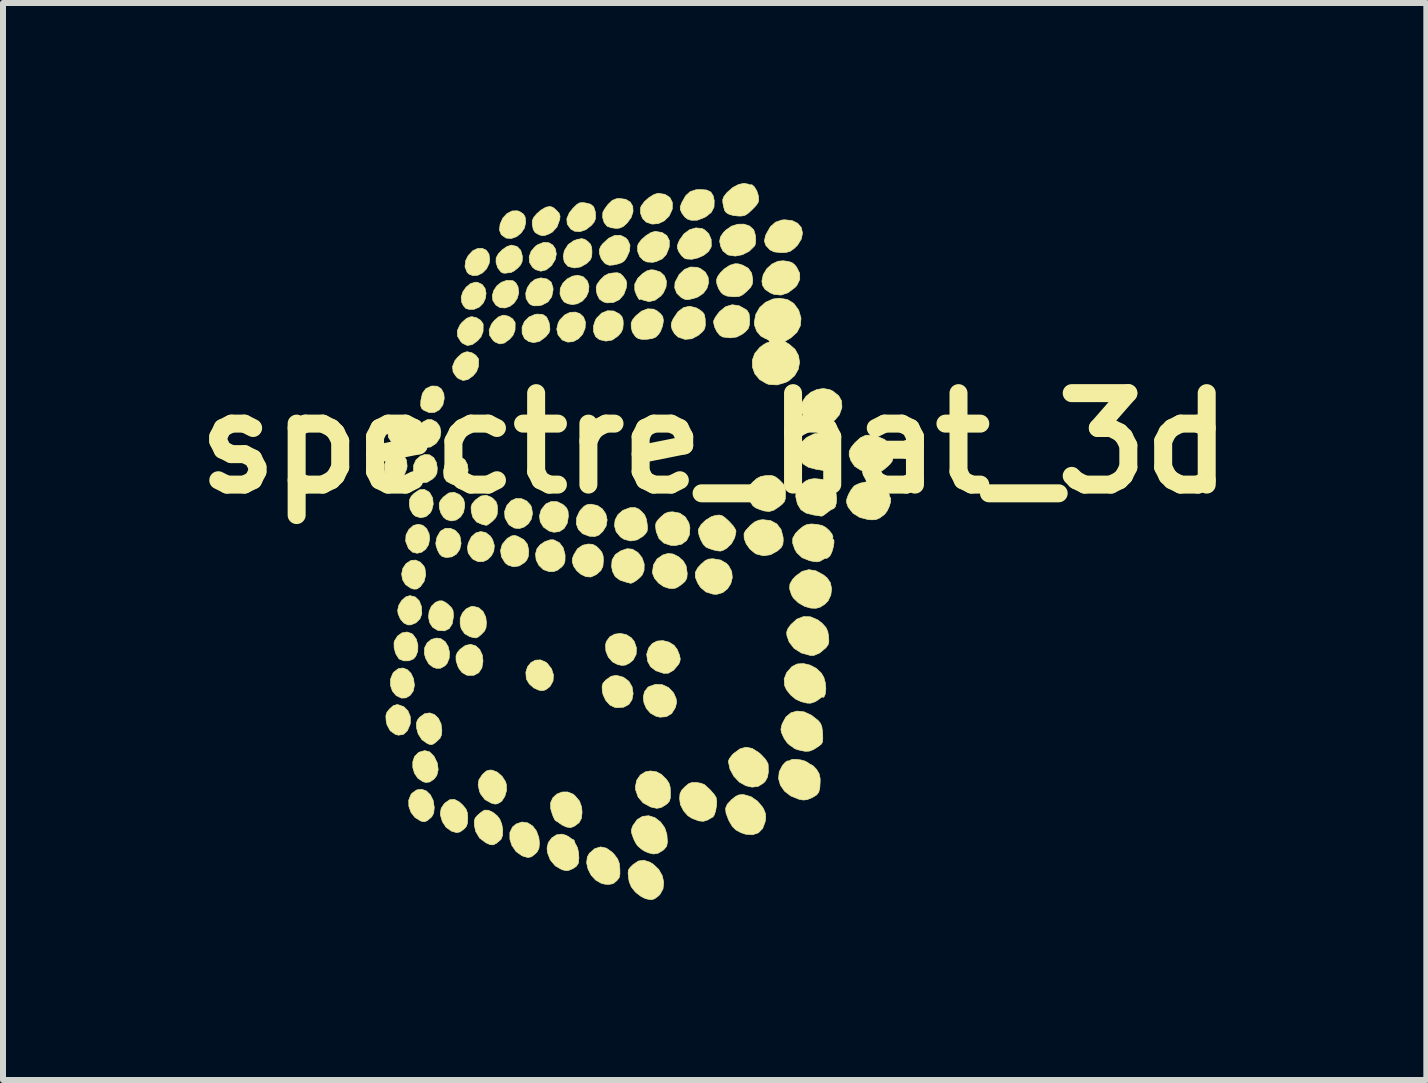
<source format=kicad_pcb>
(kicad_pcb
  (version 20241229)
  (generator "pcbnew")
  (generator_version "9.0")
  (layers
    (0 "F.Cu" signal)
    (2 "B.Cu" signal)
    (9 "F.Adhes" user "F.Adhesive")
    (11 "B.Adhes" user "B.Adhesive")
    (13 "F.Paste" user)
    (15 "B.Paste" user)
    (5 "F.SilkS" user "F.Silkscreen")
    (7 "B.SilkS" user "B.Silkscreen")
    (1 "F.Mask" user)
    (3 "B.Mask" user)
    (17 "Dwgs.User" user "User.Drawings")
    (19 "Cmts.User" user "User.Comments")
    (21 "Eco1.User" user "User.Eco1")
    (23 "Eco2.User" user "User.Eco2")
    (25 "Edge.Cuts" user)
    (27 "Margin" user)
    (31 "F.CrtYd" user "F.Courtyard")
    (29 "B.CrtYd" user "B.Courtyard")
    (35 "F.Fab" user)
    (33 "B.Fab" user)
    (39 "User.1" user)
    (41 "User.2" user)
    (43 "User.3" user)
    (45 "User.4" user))
  (footprint "spectre_hat_3d"
    (layer "F.Cu")
    (at 8.861 4.337)
    (property "Reference" "spectre_hat_3d" (at 0 0 0) (layer "F.SilkS") (effects (font (size 1.524 1.524) (thickness 0.3))))
    (attr through_hole)
    (fp_poly (pts (xy -5.247 0.167) (xy -5.178 0.21) (xy -5.135 0.285) (xy -5.126 0.384) (xy -5.132 0.426) (xy -5.171 0.522) (xy -5.234 0.586) (xy -5.31 0.613) (xy -5.388 0.6) (xy -5.458 0.544) (xy -5.459 0.543) (xy -5.501 0.454) (xy -5.504 0.358) (xy -5.471 0.268) (xy -5.409 0.198) (xy -5.336 0.165) (xy -5.247 0.167)) (stroke (width 0.01) (type solid)) (fill yes) (layer "F.SilkS"))
    (fp_poly (pts (xy -5.124 3.773) (xy -5.062 3.834) (xy -5.019 3.924) (xy -5.004 4.035) (xy -5.023 4.128) (xy -5.074 4.201) (xy -5.146 4.244) (xy -5.22 4.248) (xy -5.308 4.206) (xy -5.371 4.131) (xy -5.403 4.037) (xy -5.403 3.935) (xy -5.365 3.839) (xy -5.347 3.815) (xy -5.275 3.759) (xy -5.198 3.746) (xy -5.124 3.773)) (stroke (width 0.01) (type solid)) (fill yes) (layer "F.SilkS"))
    (fp_poly (pts (xy -4.865 1.368) (xy -4.801 1.423) (xy -4.76 1.508) (xy -4.75 1.59) (xy -4.768 1.69) (xy -4.816 1.766) (xy -4.883 1.816) (xy -4.959 1.834) (xy -5.034 1.816) (xy -5.099 1.757) (xy -5.106 1.746) (xy -5.15 1.635) (xy -5.144 1.528) (xy -5.096 1.437) (xy -5.022 1.371) (xy -4.941 1.35) (xy -4.865 1.368)) (stroke (width 0.01) (type solid)) (fill yes) (layer "F.SilkS"))
    (fp_poly (pts (xy -4.751 0.194) (xy -4.682 0.242) (xy -4.637 0.323) (xy -4.623 0.416) (xy -4.629 0.496) (xy -4.656 0.55) (xy -4.701 0.595) (xy -4.793 0.651) (xy -4.876 0.658) (xy -4.947 0.619) (xy -4.979 0.578) (xy -5.02 0.471) (xy -5.018 0.368) (xy -4.978 0.279) (xy -4.904 0.214) (xy -4.833 0.188) (xy -4.751 0.194)) (stroke (width 0.01) (type solid)) (fill yes) (layer "F.SilkS"))
    (fp_poly (pts (xy -4.716 -0.393) (xy -4.633 -0.349) (xy -4.581 -0.277) (xy -4.563 -0.187) (xy -4.579 -0.093) (xy -4.634 -0.008) (xy -4.648 0.006) (xy -4.735 0.063) (xy -4.818 0.07) (xy -4.897 0.03) (xy -4.949 -0.037) (xy -4.966 -0.12) (xy -4.954 -0.209) (xy -4.916 -0.292) (xy -4.859 -0.357) (xy -4.787 -0.394) (xy -4.716 -0.393)) (stroke (width 0.01) (type solid)) (fill yes) (layer "F.SilkS"))
    (fp_poly (pts (xy -3.806 -3.216) (xy -3.762 -3.153) (xy -3.749 -3.062) (xy -3.759 -2.996) (xy -3.802 -2.907) (xy -3.868 -2.84) (xy -3.947 -2.8) (xy -4.027 -2.792) (xy -4.097 -2.82) (xy -4.126 -2.85) (xy -4.162 -2.943) (xy -4.149 -3.045) (xy -4.108 -3.126) (xy -4.033 -3.207) (xy -3.951 -3.246) (xy -3.873 -3.248) (xy -3.806 -3.216)) (stroke (width 0.01) (type solid)) (fill yes) (layer "F.SilkS"))
    (fp_poly (pts (xy -5.217 -0.398) (xy -5.128 -0.369) (xy -5.077 -0.313) (xy -5.062 -0.224) (xy -5.064 -0.179) (xy -5.091 -0.078) (xy -5.144 -0.003) (xy -5.212 0.04) (xy -5.288 0.046) (xy -5.361 0.01) (xy -5.377 -0.006) (xy -5.438 -0.099) (xy -5.448 -0.192) (xy -5.409 -0.291) (xy -5.363 -0.353) (xy -5.315 -0.393) (xy -5.26 -0.403) (xy -5.217 -0.398)) (stroke (width 0.01) (type solid)) (fill yes) (layer "F.SilkS"))
    (fp_poly (pts (xy -4.99 2.562) (xy -4.925 2.625) (xy -4.887 2.721) (xy -4.881 2.842) (xy -4.881 2.845) (xy -4.913 2.928) (xy -4.979 2.993) (xy -5.063 3.027) (xy -5.113 3.028) (xy -5.181 2.996) (xy -5.239 2.929) (xy -5.276 2.842) (xy -5.283 2.784) (xy -5.264 2.699) (xy -5.215 2.62) (xy -5.149 2.562) (xy -5.079 2.54) (xy -4.99 2.562)) (stroke (width 0.01) (type solid)) (fill yes) (layer "F.SilkS"))
    (fp_poly (pts (xy -4.906 1.983) (xy -4.846 2.049) (xy -4.828 2.089) (xy -4.816 2.198) (xy -4.843 2.304) (xy -4.904 2.389) (xy -4.905 2.39) (xy -4.961 2.429) (xy -5.014 2.432) (xy -5.067 2.414) (xy -5.152 2.356) (xy -5.202 2.274) (xy -5.217 2.18) (xy -5.197 2.086) (xy -5.143 2.006) (xy -5.06 1.953) (xy -4.982 1.948) (xy -4.906 1.983)) (stroke (width 0.01) (type solid)) (fill yes) (layer "F.SilkS"))
    (fp_poly (pts (xy -4.769 0.807) (xy -4.748 0.827) (xy -4.701 0.911) (xy -4.69 1.014) (xy -4.715 1.116) (xy -4.743 1.164) (xy -4.814 1.224) (xy -4.9 1.242) (xy -4.985 1.217) (xy -5.027 1.184) (xy -5.076 1.1) (xy -5.089 1.015) (xy -5.084 0.938) (xy -5.056 0.883) (xy -5.009 0.836) (xy -4.922 0.777) (xy -4.843 0.768) (xy -4.769 0.807)) (stroke (width 0.01) (type solid)) (fill yes) (layer "F.SilkS"))
    (fp_poly (pts (xy -4.622 -0.95) (xy -4.554 -0.904) (xy -4.514 -0.824) (xy -4.507 -0.743) (xy -4.531 -0.636) (xy -4.588 -0.558) (xy -4.666 -0.514) (xy -4.757 -0.51) (xy -4.849 -0.55) (xy -4.884 -0.581) (xy -4.899 -0.622) (xy -4.898 -0.69) (xy -4.896 -0.717) (xy -4.87 -0.832) (xy -4.814 -0.909) (xy -4.725 -0.951) (xy -4.709 -0.954) (xy -4.622 -0.95)) (stroke (width 0.01) (type solid)) (fill yes) (layer "F.SilkS"))
    (fp_poly (pts (xy -4.565 3.257) (xy -4.491 3.308) (xy -4.442 3.389) (xy -4.419 3.486) (xy -4.425 3.585) (xy -4.461 3.672) (xy -4.499 3.712) (xy -4.568 3.75) (xy -4.639 3.751) (xy -4.691 3.734) (xy -4.764 3.678) (xy -4.817 3.584) (xy -4.839 3.505) (xy -4.834 3.409) (xy -4.792 3.328) (xy -4.722 3.27) (xy -4.635 3.247) (xy -4.565 3.257)) (stroke (width 0.01) (type solid)) (fill yes) (layer "F.SilkS"))
    (fp_poly (pts (xy -3.815 1.489) (xy -3.739 1.549) (xy -3.701 1.607) (xy -3.672 1.704) (xy -3.681 1.797) (xy -3.721 1.877) (xy -3.783 1.938) (xy -3.859 1.973) (xy -3.942 1.974) (xy -4.024 1.936) (xy -4.046 1.916) (xy -4.107 1.832) (xy -4.121 1.74) (xy -4.106 1.664) (xy -4.055 1.561) (xy -3.983 1.496) (xy -3.9 1.472) (xy -3.815 1.489)) (stroke (width 0.01) (type solid)) (fill yes) (layer "F.SilkS"))
    (fp_poly (pts (xy -3.219 0.924) (xy -3.134 0.962) (xy -3.069 1.032) (xy -3.053 1.066) (xy -3.036 1.169) (xy -3.055 1.263) (xy -3.104 1.34) (xy -3.173 1.395) (xy -3.254 1.422) (xy -3.339 1.414) (xy -3.419 1.366) (xy -3.439 1.344) (xy -3.494 1.245) (xy -3.502 1.139) (xy -3.464 1.037) (xy -3.394 0.959) (xy -3.311 0.921) (xy -3.219 0.924)) (stroke (width 0.01) (type solid)) (fill yes) (layer "F.SilkS"))
    (fp_poly (pts (xy -2.764 -3.342) (xy -2.697 -3.302) (xy -2.654 -3.237) (xy -2.639 -3.153) (xy -2.658 -3.06) (xy -2.716 -2.965) (xy -2.72 -2.96) (xy -2.807 -2.89) (xy -2.898 -2.867) (xy -2.987 -2.894) (xy -3.036 -2.933) (xy -3.086 -3.013) (xy -3.092 -3.106) (xy -3.059 -3.199) (xy -2.989 -3.281) (xy -2.945 -3.311) (xy -2.848 -3.348) (xy -2.764 -3.342)) (stroke (width 0.01) (type solid)) (fill yes) (layer "F.SilkS"))
    (fp_poly (pts (xy -2.246 -2.16) (xy -2.186 -2.104) (xy -2.154 -2.021) (xy -2.159 -1.918) (xy -2.201 -1.816) (xy -2.271 -1.74) (xy -2.357 -1.694) (xy -2.448 -1.685) (xy -2.534 -1.718) (xy -2.544 -1.725) (xy -2.61 -1.806) (xy -2.632 -1.903) (xy -2.607 -2.007) (xy -2.578 -2.058) (xy -2.5 -2.138) (xy -2.412 -2.18) (xy -2.324 -2.186) (xy -2.246 -2.16)) (stroke (width 0.01) (type solid)) (fill yes) (layer "F.SilkS"))
    (fp_poly (pts (xy -5.275 4.358) (xy -5.181 4.391) (xy -5.112 4.461) (xy -5.073 4.556) (xy -5.072 4.666) (xy -5.079 4.694) (xy -5.123 4.794) (xy -5.188 4.853) (xy -5.27 4.866) (xy -5.321 4.853) (xy -5.407 4.792) (xy -5.461 4.693) (xy -5.476 4.62) (xy -5.48 4.542) (xy -5.463 4.486) (xy -5.418 4.429) (xy -5.356 4.374) (xy -5.297 4.357) (xy -5.275 4.358)) (stroke (width 0.01) (type solid)) (fill yes) (layer "F.SilkS"))
    (fp_poly (pts (xy -5.05 3.172) (xy -5.029 3.188) (xy -4.972 3.267) (xy -4.946 3.366) (xy -4.949 3.467) (xy -4.983 3.554) (xy -5.022 3.596) (xy -5.095 3.626) (xy -5.18 3.627) (xy -5.252 3.599) (xy -5.268 3.584) (xy -5.315 3.508) (xy -5.342 3.413) (xy -5.344 3.326) (xy -5.337 3.298) (xy -5.285 3.213) (xy -5.211 3.161) (xy -5.129 3.146) (xy -5.05 3.172)) (stroke (width 0.01) (type solid)) (fill yes) (layer "F.SilkS"))
    (fp_poly (pts (xy -4.753 5.143) (xy -4.682 5.213) (xy -4.673 5.226) (xy -4.622 5.332) (xy -4.608 5.44) (xy -4.631 5.536) (xy -4.674 5.594) (xy -4.746 5.645) (xy -4.814 5.654) (xy -4.864 5.64) (xy -4.946 5.584) (xy -5.002 5.502) (xy -5.031 5.406) (xy -5.031 5.308) (xy -5.001 5.221) (xy -4.939 5.158) (xy -4.924 5.149) (xy -4.832 5.123) (xy -4.753 5.143)) (stroke (width 0.01) (type solid)) (fill yes) (layer "F.SilkS"))
    (fp_poly (pts (xy -4.325 1.452) (xy -4.262 1.518) (xy -4.242 1.562) (xy -4.226 1.672) (xy -4.249 1.77) (xy -4.303 1.847) (xy -4.381 1.894) (xy -4.475 1.905) (xy -4.541 1.888) (xy -4.581 1.851) (xy -4.618 1.784) (xy -4.643 1.707) (xy -4.648 1.663) (xy -4.628 1.565) (xy -4.576 1.475) (xy -4.562 1.46) (xy -4.489 1.419) (xy -4.405 1.418) (xy -4.325 1.452)) (stroke (width 0.01) (type solid)) (fill yes) (layer "F.SilkS"))
    (fp_poly (pts (xy -4.044 -1.507) (xy -3.979 -1.464) (xy -3.939 -1.41) (xy -3.934 -1.391) (xy -3.937 -1.278) (xy -3.97 -1.191) (xy -4.027 -1.124) (xy -4.114 -1.061) (xy -4.194 -1.046) (xy -4.272 -1.079) (xy -4.302 -1.104) (xy -4.359 -1.186) (xy -4.369 -1.278) (xy -4.33 -1.375) (xy -4.283 -1.433) (xy -4.21 -1.497) (xy -4.143 -1.522) (xy -4.118 -1.524) (xy -4.044 -1.507)) (stroke (width 0.01) (type solid)) (fill yes) (layer "F.SilkS"))
    (fp_poly (pts (xy -3.984 3.376) (xy -3.917 3.436) (xy -3.873 3.529) (xy -3.861 3.63) (xy -3.88 3.744) (xy -3.932 3.825) (xy -4.013 3.868) (xy -4.117 3.868) (xy -4.138 3.863) (xy -4.213 3.819) (xy -4.272 3.738) (xy -4.307 3.634) (xy -4.31 3.615) (xy -4.311 3.544) (xy -4.289 3.489) (xy -4.243 3.435) (xy -4.156 3.371) (xy -4.067 3.352) (xy -3.984 3.376)) (stroke (width 0.01) (type solid)) (fill yes) (layer "F.SilkS"))
    (fp_poly (pts (xy -3.968 -2.091) (xy -3.902 -2.049) (xy -3.862 -1.994) (xy -3.858 -1.975) (xy -3.86 -1.862) (xy -3.894 -1.775) (xy -3.951 -1.708) (xy -4.04 -1.644) (xy -4.122 -1.629) (xy -4.199 -1.664) (xy -4.23 -1.693) (xy -4.285 -1.782) (xy -4.289 -1.876) (xy -4.243 -1.974) (xy -4.207 -2.017) (xy -4.134 -2.081) (xy -4.066 -2.107) (xy -4.042 -2.108) (xy -3.968 -2.091)) (stroke (width 0.01) (type solid)) (fill yes) (layer "F.SilkS"))
    (fp_poly (pts (xy -3.435 -2.116) (xy -3.369 -2.074) (xy -3.329 -2.019) (xy -3.325 -2) (xy -3.327 -1.887) (xy -3.36 -1.8) (xy -3.417 -1.734) (xy -3.505 -1.67) (xy -3.585 -1.655) (xy -3.663 -1.689) (xy -3.692 -1.713) (xy -3.75 -1.796) (xy -3.759 -1.888) (xy -3.72 -1.984) (xy -3.674 -2.043) (xy -3.601 -2.106) (xy -3.533 -2.132) (xy -3.509 -2.134) (xy -3.435 -2.116)) (stroke (width 0.01) (type solid)) (fill yes) (layer "F.SilkS"))
    (fp_poly (pts (xy -3.37 -2.71) (xy -3.357 -2.706) (xy -3.314 -2.672) (xy -3.279 -2.611) (xy -3.277 -2.604) (xy -3.265 -2.506) (xy -3.29 -2.415) (xy -3.342 -2.337) (xy -3.414 -2.281) (xy -3.496 -2.254) (xy -3.579 -2.261) (xy -3.646 -2.302) (xy -3.696 -2.377) (xy -3.706 -2.462) (xy -3.681 -2.547) (xy -3.629 -2.624) (xy -3.555 -2.682) (xy -3.466 -2.714) (xy -3.37 -2.71)) (stroke (width 0.01) (type solid)) (fill yes) (layer "F.SilkS"))
    (fp_poly (pts (xy -3.247 -3.859) (xy -3.187 -3.819) (xy -3.158 -3.767) (xy -3.15 -3.687) (xy -3.15 -3.68) (xy -3.17 -3.587) (xy -3.225 -3.505) (xy -3.301 -3.443) (xy -3.388 -3.412) (xy -3.474 -3.419) (xy -3.479 -3.421) (xy -3.555 -3.474) (xy -3.587 -3.552) (xy -3.576 -3.651) (xy -3.53 -3.753) (xy -3.46 -3.828) (xy -3.376 -3.871) (xy -3.289 -3.874) (xy -3.247 -3.859)) (stroke (width 0.01) (type solid)) (fill yes) (layer "F.SilkS"))
    (fp_poly (pts (xy -2.79 -2.736) (xy -2.724 -2.682) (xy -2.695 -2.592) (xy -2.693 -2.555) (xy -2.716 -2.441) (xy -2.779 -2.355) (xy -2.877 -2.303) (xy -2.932 -2.292) (xy -3.012 -2.29) (xy -3.065 -2.308) (xy -3.096 -2.334) (xy -3.142 -2.411) (xy -3.149 -2.501) (xy -3.122 -2.592) (xy -3.068 -2.673) (xy -2.992 -2.731) (xy -2.899 -2.755) (xy -2.892 -2.755) (xy -2.79 -2.736)) (stroke (width 0.01) (type solid)) (fill yes) (layer "F.SilkS"))
    (fp_poly (pts (xy -1.683 -2.204) (xy -1.591 -2.157) (xy -1.547 -2.112) (xy -1.527 -2.054) (xy -1.524 -1.99) (xy -1.531 -1.909) (xy -1.558 -1.848) (xy -1.61 -1.788) (xy -1.708 -1.72) (xy -1.815 -1.702) (xy -1.921 -1.727) (xy -1.984 -1.777) (xy -2.018 -1.857) (xy -2.02 -1.952) (xy -1.988 -2.05) (xy -1.967 -2.085) (xy -1.884 -2.168) (xy -1.786 -2.208) (xy -1.683 -2.204)) (stroke (width 0.01) (type solid)) (fill yes) (layer "F.SilkS"))
    (fp_poly (pts (xy -1.473 3.19) (xy -1.388 3.244) (xy -1.34 3.305) (xy -1.303 3.412) (xy -1.309 3.519) (xy -1.357 3.611) (xy -1.421 3.665) (xy -1.485 3.697) (xy -1.544 3.703) (xy -1.613 3.69) (xy -1.702 3.645) (xy -1.772 3.565) (xy -1.813 3.465) (xy -1.819 3.361) (xy -1.805 3.305) (xy -1.748 3.227) (xy -1.666 3.182) (xy -1.57 3.17) (xy -1.473 3.19)) (stroke (width 0.01) (type solid)) (fill yes) (layer "F.SilkS"))
    (fp_poly (pts (xy -0.762 3.315) (xy -0.677 3.368) (xy -0.624 3.438) (xy -0.586 3.532) (xy -0.573 3.598) (xy -0.584 3.651) (xy -0.604 3.687) (xy -0.686 3.784) (xy -0.773 3.833) (xy -0.851 3.835) (xy -0.98 3.792) (xy -1.067 3.726) (xy -1.117 3.635) (xy -1.133 3.517) (xy -1.099 3.411) (xy -1.039 3.338) (xy -0.959 3.297) (xy -0.861 3.29) (xy -0.762 3.315)) (stroke (width 0.01) (type solid)) (fill yes) (layer "F.SilkS"))
    (fp_poly (pts (xy -4.671 4.522) (xy -4.605 4.584) (xy -4.561 4.676) (xy -4.547 4.782) (xy -4.553 4.862) (xy -4.577 4.916) (xy -4.625 4.963) (xy -4.68 5.008) (xy -4.718 5.024) (xy -4.757 5.017) (xy -4.788 5.005) (xy -4.878 4.942) (xy -4.941 4.845) (xy -4.968 4.747) (xy -4.972 4.669) (xy -4.954 4.615) (xy -4.915 4.566) (xy -4.834 4.508) (xy -4.75 4.495) (xy -4.671 4.522)) (stroke (width 0.01) (type solid)) (fill yes) (layer "F.SilkS"))
    (fp_poly (pts (xy -4.481 2.656) (xy -4.439 2.69) (xy -4.385 2.743) (xy -4.36 2.791) (xy -4.354 2.858) (xy -4.354 2.895) (xy -4.375 3.012) (xy -4.425 3.09) (xy -4.502 3.127) (xy -4.603 3.121) (xy -4.623 3.115) (xy -4.702 3.066) (xy -4.75 2.99) (xy -4.769 2.898) (xy -4.759 2.803) (xy -4.721 2.717) (xy -4.655 2.653) (xy -4.594 2.628) (xy -4.539 2.627) (xy -4.481 2.656)) (stroke (width 0.01) (type solid)) (fill yes) (layer "F.SilkS"))
    (fp_poly (pts (xy -4.261 0.852) (xy -4.233 0.875) (xy -4.186 0.932) (xy -4.167 1.002) (xy -4.166 1.048) (xy -4.185 1.15) (xy -4.235 1.228) (xy -4.306 1.279) (xy -4.388 1.295) (xy -4.47 1.273) (xy -4.52 1.233) (xy -4.563 1.164) (xy -4.589 1.081) (xy -4.589 1.074) (xy -4.591 1.006) (xy -4.569 0.952) (xy -4.52 0.895) (xy -4.432 0.83) (xy -4.346 0.816) (xy -4.261 0.852)) (stroke (width 0.01) (type solid)) (fill yes) (layer "F.SilkS"))
    (fp_poly (pts (xy -4.251 0.221) (xy -4.231 0.228) (xy -4.161 0.279) (xy -4.12 0.358) (xy -4.109 0.453) (xy -4.129 0.549) (xy -4.18 0.633) (xy -4.208 0.659) (xy -4.253 0.693) (xy -4.287 0.706) (xy -4.33 0.698) (xy -4.39 0.677) (xy -4.469 0.634) (xy -4.51 0.571) (xy -4.518 0.477) (xy -4.515 0.442) (xy -4.484 0.337) (xy -4.423 0.26) (xy -4.343 0.22) (xy -4.251 0.221)) (stroke (width 0.01) (type solid)) (fill yes) (layer "F.SilkS"))
    (fp_poly (pts (xy -3.953 -2.682) (xy -3.874 -2.645) (xy -3.827 -2.581) (xy -3.81 -2.501) (xy -3.821 -2.415) (xy -3.858 -2.335) (xy -3.92 -2.271) (xy -4.004 -2.234) (xy -4.024 -2.231) (xy -4.095 -2.231) (xy -4.148 -2.247) (xy -4.15 -2.249) (xy -4.188 -2.293) (xy -4.215 -2.346) (xy -4.225 -2.433) (xy -4.197 -2.522) (xy -4.142 -2.601) (xy -4.069 -2.66) (xy -3.987 -2.684) (xy -3.953 -2.682)) (stroke (width 0.01) (type solid)) (fill yes) (layer "F.SilkS"))
    (fp_poly (pts (xy -3.287 1.55) (xy -3.182 1.607) (xy -3.121 1.683) (xy -3.099 1.786) (xy -3.099 1.803) (xy -3.106 1.888) (xy -3.133 1.948) (xy -3.17 1.989) (xy -3.259 2.045) (xy -3.355 2.059) (xy -3.446 2.03) (xy -3.491 1.994) (xy -3.553 1.894) (xy -3.569 1.787) (xy -3.54 1.685) (xy -3.467 1.597) (xy -3.445 1.58) (xy -3.382 1.544) (xy -3.333 1.537) (xy -3.287 1.55)) (stroke (width 0.01) (type solid)) (fill yes) (layer "F.SilkS"))
    (fp_poly (pts (xy -3.117 6.327) (xy -3.034 6.379) (xy -2.97 6.463) (xy -2.93 6.574) (xy -2.921 6.665) (xy -2.928 6.749) (xy -2.957 6.809) (xy -2.991 6.844) (xy -3.053 6.892) (xy -3.11 6.905) (xy -3.184 6.886) (xy -3.216 6.872) (xy -3.31 6.805) (xy -3.38 6.703) (xy -3.413 6.6) (xy -3.413 6.487) (xy -3.369 6.396) (xy -3.306 6.345) (xy -3.21 6.313) (xy -3.117 6.327)) (stroke (width 0.01) (type solid)) (fill yes) (layer "F.SilkS"))
    (fp_poly (pts (xy -2.867 -2.147) (xy -2.801 -2.103) (xy -2.762 -2.017) (xy -2.75 -1.958) (xy -2.746 -1.892) (xy -2.761 -1.842) (xy -2.803 -1.789) (xy -2.826 -1.766) (xy -2.921 -1.697) (xy -3.017 -1.677) (xy -3.098 -1.695) (xy -3.168 -1.744) (xy -3.208 -1.829) (xy -3.209 -1.834) (xy -3.21 -1.935) (xy -3.17 -2.028) (xy -3.095 -2.103) (xy -2.995 -2.147) (xy -2.962 -2.152) (xy -2.867 -2.147)) (stroke (width 0.01) (type solid)) (fill yes) (layer "F.SilkS"))
    (fp_poly (pts (xy -2.816 3.648) (xy -2.789 3.67) (xy -2.718 3.762) (xy -2.686 3.864) (xy -2.694 3.963) (xy -2.741 4.049) (xy -2.759 4.066) (xy -2.818 4.11) (xy -2.868 4.124) (xy -2.926 4.117) (xy -3.013 4.079) (xy -3.089 4.012) (xy -3.136 3.934) (xy -3.139 3.924) (xy -3.147 3.816) (xy -3.118 3.725) (xy -3.062 3.656) (xy -2.988 3.616) (xy -2.903 3.611) (xy -2.816 3.648)) (stroke (width 0.01) (type solid)) (fill yes) (layer "F.SilkS"))
    (fp_poly (pts (xy -2.682 1.61) (xy -2.588 1.658) (xy -2.524 1.743) (xy -2.494 1.858) (xy -2.493 1.878) (xy -2.495 1.964) (xy -2.514 2.02) (xy -2.546 2.058) (xy -2.619 2.116) (xy -2.686 2.14) (xy -2.76 2.139) (xy -2.855 2.106) (xy -2.928 2.037) (xy -2.975 1.946) (xy -2.986 1.845) (xy -2.961 1.757) (xy -2.907 1.692) (xy -2.828 1.639) (xy -2.742 1.61) (xy -2.682 1.61)) (stroke (width 0.01) (type solid)) (fill yes) (layer "F.SilkS"))
    (fp_poly (pts (xy -2.626 0.974) (xy -2.531 1.02) (xy -2.517 1.031) (xy -2.467 1.081) (xy -2.444 1.134) (xy -2.438 1.213) (xy -2.438 1.218) (xy -2.457 1.333) (xy -2.509 1.42) (xy -2.586 1.472) (xy -2.681 1.484) (xy -2.759 1.463) (xy -2.853 1.398) (xy -2.907 1.31) (xy -2.92 1.211) (xy -2.892 1.11) (xy -2.821 1.02) (xy -2.81 1.01) (xy -2.724 0.971) (xy -2.626 0.974)) (stroke (width 0.01) (type solid)) (fill yes) (layer "F.SilkS"))
    (fp_poly (pts (xy -2.16 -4.006) (xy -2.069 -3.984) (xy -2.016 -3.939) (xy -1.99 -3.86) (xy -1.986 -3.818) (xy -1.986 -3.742) (xy -2.01 -3.684) (xy -2.055 -3.631) (xy -2.147 -3.559) (xy -2.245 -3.526) (xy -2.337 -3.534) (xy -2.4 -3.571) (xy -2.457 -3.652) (xy -2.464 -3.742) (xy -2.422 -3.841) (xy -2.363 -3.914) (xy -2.302 -3.974) (xy -2.256 -4.004) (xy -2.209 -4.011) (xy -2.16 -4.006)) (stroke (width 0.01) (type solid)) (fill yes) (layer "F.SilkS"))
    (fp_poly (pts (xy -1.954 1.038) (xy -1.87 1.096) (xy -1.814 1.179) (xy -1.792 1.277) (xy -1.808 1.378) (xy -1.864 1.469) (xy -1.931 1.531) (xy -1.997 1.555) (xy -2.084 1.55) (xy -2.094 1.548) (xy -2.2 1.508) (xy -2.271 1.437) (xy -2.306 1.345) (xy -2.301 1.242) (xy -2.253 1.137) (xy -2.233 1.111) (xy -2.175 1.05) (xy -2.122 1.022) (xy -2.061 1.016) (xy -1.954 1.038)) (stroke (width 0.01) (type solid)) (fill yes) (layer "F.SilkS"))
    (fp_poly (pts (xy -0.826 -4.147) (xy -0.746 -4.095) (xy -0.705 -4.013) (xy -0.706 -3.908) (xy -0.711 -3.889) (xy -0.76 -3.785) (xy -0.84 -3.707) (xy -0.937 -3.661) (xy -1.042 -3.652) (xy -1.141 -3.685) (xy -1.203 -3.748) (xy -1.236 -3.834) (xy -1.236 -3.922) (xy -1.222 -3.956) (xy -1.169 -4.028) (xy -1.093 -4.095) (xy -1.012 -4.145) (xy -0.943 -4.166) (xy -0.94 -4.166) (xy -0.826 -4.147)) (stroke (width 0.01) (type solid)) (fill yes) (layer "F.SilkS"))
    (fp_poly (pts (xy -4.806 5.795) (xy -4.74 5.858) (xy -4.693 5.949) (xy -4.674 6.065) (xy -4.674 6.077) (xy -4.683 6.165) (xy -4.715 6.225) (xy -4.731 6.24) (xy -4.791 6.29) (xy -4.835 6.309) (xy -4.881 6.302) (xy -4.901 6.295) (xy -4.995 6.237) (xy -5.061 6.152) (xy -5.097 6.052) (xy -5.099 5.949) (xy -5.062 5.857) (xy -5.043 5.833) (xy -4.965 5.778) (xy -4.884 5.767) (xy -4.806 5.795)) (stroke (width 0.01) (type solid)) (fill yes) (layer "F.SilkS"))
    (fp_poly (pts (xy -2.194 -2.776) (xy -2.188 -2.772) (xy -2.122 -2.705) (xy -2.095 -2.621) (xy -2.102 -2.53) (xy -2.139 -2.444) (xy -2.203 -2.371) (xy -2.289 -2.324) (xy -2.37 -2.311) (xy -2.446 -2.324) (xy -2.509 -2.355) (xy -2.51 -2.356) (xy -2.551 -2.412) (xy -2.578 -2.486) (xy -2.578 -2.489) (xy -2.573 -2.582) (xy -2.529 -2.668) (xy -2.458 -2.738) (xy -2.372 -2.784) (xy -2.28 -2.8) (xy -2.194 -2.776)) (stroke (width 0.01) (type solid)) (fill yes) (layer "F.SilkS"))
    (fp_poly (pts (xy -1.533 3.896) (xy -1.519 3.902) (xy -1.431 3.967) (xy -1.376 4.061) (xy -1.359 4.173) (xy -1.378 4.274) (xy -1.43 4.353) (xy -1.515 4.399) (xy -1.625 4.408) (xy -1.667 4.402) (xy -1.746 4.363) (xy -1.814 4.288) (xy -1.86 4.191) (xy -1.873 4.128) (xy -1.876 4.051) (xy -1.861 4) (xy -1.818 3.951) (xy -1.809 3.943) (xy -1.725 3.884) (xy -1.637 3.869) (xy -1.533 3.896)) (stroke (width 0.01) (type solid)) (fill yes) (layer "F.SilkS"))
    (fp_poly (pts (xy -1.485 -3.423) (xy -1.447 -3.384) (xy -1.411 -3.301) (xy -1.42 -3.201) (xy -1.468 -3.093) (xy -1.505 -3.041) (xy -1.552 -3.008) (xy -1.623 -2.985) (xy -1.681 -2.972) (xy -1.756 -2.966) (xy -1.813 -2.988) (xy -1.838 -3.007) (xy -1.89 -3.074) (xy -1.918 -3.152) (xy -1.923 -3.221) (xy -1.9 -3.279) (xy -1.866 -3.324) (xy -1.768 -3.415) (xy -1.667 -3.463) (xy -1.571 -3.466) (xy -1.485 -3.423)) (stroke (width 0.01) (type solid)) (fill yes) (layer "F.SilkS"))
    (fp_poly (pts (xy -0.877 -3.512) (xy -0.797 -3.46) (xy -0.756 -3.38) (xy -0.757 -3.276) (xy -0.762 -3.255) (xy -0.807 -3.145) (xy -0.874 -3.073) (xy -0.974 -3.028) (xy -1.031 -3.015) (xy -1.129 -3.021) (xy -1.186 -3.047) (xy -1.248 -3.109) (xy -1.283 -3.195) (xy -1.286 -3.282) (xy -1.272 -3.324) (xy -1.219 -3.394) (xy -1.144 -3.46) (xy -1.063 -3.51) (xy -0.994 -3.531) (xy -0.991 -3.531) (xy -0.877 -3.512)) (stroke (width 0.01) (type solid)) (fill yes) (layer "F.SilkS"))
    (fp_poly (pts (xy -0.871 4.025) (xy -0.769 4.072) (xy -0.69 4.155) (xy -0.677 4.177) (xy -0.642 4.259) (xy -0.635 4.325) (xy -0.654 4.4) (xy -0.659 4.412) (xy -0.717 4.505) (xy -0.804 4.557) (xy -0.911 4.566) (xy -0.978 4.55) (xy -1.069 4.5) (xy -1.137 4.422) (xy -1.178 4.328) (xy -1.19 4.231) (xy -1.169 4.141) (xy -1.114 4.07) (xy -1.094 4.056) (xy -0.984 4.018) (xy -0.871 4.025)) (stroke (width 0.01) (type solid)) (fill yes) (layer "F.SilkS"))
    (fp_poly (pts (xy -0.583 1.165) (xy -0.49 1.228) (xy -0.431 1.326) (xy -0.413 1.403) (xy -0.42 1.525) (xy -0.467 1.62) (xy -0.549 1.682) (xy -0.66 1.706) (xy -0.732 1.702) (xy -0.847 1.664) (xy -0.927 1.589) (xy -0.972 1.478) (xy -0.978 1.445) (xy -0.986 1.372) (xy -0.976 1.323) (xy -0.942 1.275) (xy -0.903 1.235) (xy -0.837 1.177) (xy -0.778 1.15) (xy -0.703 1.143) (xy -0.583 1.165)) (stroke (width 0.01) (type solid)) (fill yes) (layer "F.SilkS"))
    (fp_poly (pts (xy 1.233 -3.028) (xy 1.29 -3.009) (xy 1.334 -2.973) (xy 1.365 -2.935) (xy 1.417 -2.832) (xy 1.418 -2.729) (xy 1.371 -2.632) (xy 1.34 -2.597) (xy 1.222 -2.508) (xy 1.105 -2.469) (xy 0.987 -2.481) (xy 0.927 -2.506) (xy 0.841 -2.564) (xy 0.797 -2.633) (xy 0.787 -2.704) (xy 0.81 -2.81) (xy 0.869 -2.908) (xy 0.955 -2.986) (xy 1.055 -3.033) (xy 1.143 -3.041) (xy 1.233 -3.028)) (stroke (width 0.01) (type solid)) (fill yes) (layer "F.SilkS"))
    (fp_poly (pts (xy 1.29 -3.711) (xy 1.384 -3.665) (xy 1.443 -3.594) (xy 1.464 -3.504) (xy 1.445 -3.405) (xy 1.383 -3.304) (xy 1.322 -3.244) (xy 1.258 -3.199) (xy 1.188 -3.179) (xy 1.109 -3.176) (xy 0.992 -3.189) (xy 0.924 -3.221) (xy 0.854 -3.295) (xy 0.829 -3.368) (xy 0.846 -3.454) (xy 0.859 -3.486) (xy 0.929 -3.608) (xy 1.014 -3.684) (xy 1.12 -3.72) (xy 1.164 -3.724) (xy 1.29 -3.711)) (stroke (width 0.01) (type solid)) (fill yes) (layer "F.SilkS"))
    (fp_poly (pts (xy -3.934 2.741) (xy -3.86 2.804) (xy -3.815 2.898) (xy -3.804 2.99) (xy -3.811 3.073) (xy -3.836 3.13) (xy -3.884 3.181) (xy -3.937 3.226) (xy -3.974 3.244) (xy -4.02 3.24) (xy -4.082 3.223) (xy -4.166 3.175) (xy -4.221 3.096) (xy -4.232 3.061) (xy -4.242 3.011) (xy -4.242 3.01) (xy -4.241 2.917) (xy -4.203 2.829) (xy -4.139 2.759) (xy -4.059 2.721) (xy -4.028 2.718) (xy -3.934 2.741)) (stroke (width 0.01) (type solid)) (fill yes) (layer "F.SilkS"))
    (fp_poly (pts (xy -3.707 5.449) (xy -3.623 5.482) (xy -3.545 5.55) (xy -3.488 5.637) (xy -3.471 5.69) (xy -3.469 5.788) (xy -3.497 5.885) (xy -3.546 5.961) (xy -3.568 5.979) (xy -3.62 6.009) (xy -3.662 6.014) (xy -3.722 5.998) (xy -3.829 5.939) (xy -3.902 5.844) (xy -3.919 5.802) (xy -3.942 5.695) (xy -3.929 5.61) (xy -3.876 5.529) (xy -3.863 5.514) (xy -3.805 5.463) (xy -3.75 5.447) (xy -3.707 5.449)) (stroke (width 0.01) (type solid)) (fill yes) (layer "F.SilkS"))
    (fp_poly (pts (xy -2.162 -3.396) (xy -2.118 -3.365) (xy -2.071 -3.319) (xy -2.05 -3.265) (xy -2.045 -3.188) (xy -2.05 -3.109) (xy -2.073 -3.055) (xy -2.125 -3.003) (xy -2.134 -2.996) (xy -2.233 -2.939) (xy -2.338 -2.921) (xy -2.434 -2.945) (xy -2.455 -2.958) (xy -2.507 -3.023) (xy -2.524 -3.112) (xy -2.505 -3.21) (xy -2.503 -3.213) (xy -2.44 -3.312) (xy -2.347 -3.376) (xy -2.283 -3.398) (xy -2.214 -3.41) (xy -2.162 -3.396)) (stroke (width 0.01) (type solid)) (fill yes) (layer "F.SilkS"))
    (fp_poly (pts (xy -1.27 1.095) (xy -1.222 1.134) (xy -1.168 1.194) (xy -1.139 1.263) (xy -1.126 1.339) (xy -1.119 1.419) (xy -1.127 1.47) (xy -1.157 1.513) (xy -1.193 1.549) (xy -1.293 1.611) (xy -1.403 1.629) (xy -1.512 1.6) (xy -1.57 1.562) (xy -1.642 1.474) (xy -1.67 1.376) (xy -1.659 1.278) (xy -1.611 1.189) (xy -1.53 1.119) (xy -1.419 1.077) (xy -1.399 1.074) (xy -1.327 1.072) (xy -1.27 1.095)) (stroke (width 0.01) (type solid)) (fill yes) (layer "F.SilkS"))
    (fp_poly (pts (xy -0.293 -2.932) (xy -0.238 -2.912) (xy -0.154 -2.849) (xy -0.109 -2.766) (xy -0.101 -2.674) (xy -0.128 -2.582) (xy -0.188 -2.5) (xy -0.279 -2.438) (xy -0.341 -2.416) (xy -0.42 -2.397) (xy -0.47 -2.392) (xy -0.509 -2.403) (xy -0.558 -2.43) (xy -0.561 -2.432) (xy -0.631 -2.5) (xy -0.666 -2.589) (xy -0.66 -2.681) (xy -0.657 -2.688) (xy -0.591 -2.812) (xy -0.504 -2.896) (xy -0.403 -2.937) (xy -0.293 -2.932)) (stroke (width 0.01) (type solid)) (fill yes) (layer "F.SilkS"))
    (fp_poly (pts (xy -0.025 1.926) (xy 0.099 1.947) (xy 0.195 2.002) (xy 0.233 2.042) (xy 0.284 2.137) (xy 0.294 2.239) (xy 0.269 2.339) (xy 0.214 2.426) (xy 0.135 2.489) (xy 0.037 2.518) (xy -0.025 2.516) (xy -0.147 2.478) (xy -0.236 2.402) (xy -0.282 2.331) (xy -0.322 2.233) (xy -0.323 2.154) (xy -0.283 2.078) (xy -0.23 2.02) (xy -0.163 1.961) (xy -0.109 1.933) (xy -0.046 1.926) (xy -0.025 1.926)) (stroke (width 0.01) (type solid)) (fill yes) (layer "F.SilkS"))
    (fp_poly (pts (xy 0.579 -3.622) (xy 0.645 -3.563) (xy 0.657 -3.54) (xy 0.678 -3.468) (xy 0.685 -3.386) (xy 0.677 -3.315) (xy 0.666 -3.289) (xy 0.575 -3.2) (xy 0.463 -3.142) (xy 0.344 -3.119) (xy 0.231 -3.136) (xy 0.21 -3.145) (xy 0.137 -3.206) (xy 0.102 -3.276) (xy 0.083 -3.364) (xy 0.096 -3.437) (xy 0.145 -3.51) (xy 0.188 -3.553) (xy 0.28 -3.617) (xy 0.385 -3.65) (xy 0.488 -3.652) (xy 0.579 -3.622)) (stroke (width 0.01) (type solid)) (fill yes) (layer "F.SilkS"))
    (fp_poly (pts (xy 1.688 2.127) (xy 1.814 2.196) (xy 1.873 2.244) (xy 1.928 2.324) (xy 1.949 2.425) (xy 1.936 2.53) (xy 1.891 2.626) (xy 1.835 2.683) (xy 1.758 2.732) (xy 1.689 2.751) (xy 1.603 2.748) (xy 1.498 2.719) (xy 1.395 2.659) (xy 1.314 2.582) (xy 1.281 2.527) (xy 1.249 2.427) (xy 1.254 2.347) (xy 1.298 2.271) (xy 1.347 2.218) (xy 1.456 2.137) (xy 1.569 2.107) (xy 1.688 2.127)) (stroke (width 0.01) (type solid)) (fill yes) (layer "F.SilkS"))
    (fp_poly (pts (xy 1.918 -0.893) (xy 1.973 -0.866) (xy 2.067 -0.791) (xy 2.114 -0.707) (xy 2.121 -0.606) (xy 2.118 -0.585) (xy 2.077 -0.472) (xy 2 -0.384) (xy 1.898 -0.327) (xy 1.781 -0.304) (xy 1.661 -0.32) (xy 1.58 -0.356) (xy 1.512 -0.415) (xy 1.462 -0.489) (xy 1.459 -0.495) (xy 1.44 -0.597) (xy 1.464 -0.694) (xy 1.521 -0.78) (xy 1.604 -0.849) (xy 1.703 -0.895) (xy 1.811 -0.912) (xy 1.918 -0.893)) (stroke (width 0.01) (type solid)) (fill yes) (layer "F.SilkS"))
    (fp_poly (pts (xy -4.258 5.977) (xy -4.197 6.033) (xy -4.145 6.097) (xy -4.121 6.159) (xy -4.115 6.244) (xy -4.115 6.248) (xy -4.12 6.334) (xy -4.14 6.389) (xy -4.179 6.431) (xy -4.243 6.478) (xy -4.301 6.49) (xy -4.374 6.469) (xy -4.389 6.463) (xy -4.475 6.402) (xy -4.538 6.308) (xy -4.57 6.199) (xy -4.572 6.168) (xy -4.558 6.085) (xy -4.51 6.013) (xy -4.496 5.998) (xy -4.418 5.943) (xy -4.34 5.935) (xy -4.258 5.977)) (stroke (width 0.01) (type solid)) (fill yes) (layer "F.SilkS"))
    (fp_poly (pts (xy -3.72 0.902) (xy -3.691 0.925) (xy -3.644 0.975) (xy -3.624 1.032) (xy -3.619 1.105) (xy -3.625 1.186) (xy -3.65 1.242) (xy -3.702 1.297) (xy -3.757 1.342) (xy -3.796 1.366) (xy -3.804 1.368) (xy -3.842 1.361) (xy -3.873 1.354) (xy -3.969 1.312) (xy -4.032 1.232) (xy -4.056 1.141) (xy -4.06 1.065) (xy -4.043 1.012) (xy -3.997 0.956) (xy -3.987 0.946) (xy -3.898 0.881) (xy -3.809 0.866) (xy -3.72 0.902)) (stroke (width 0.01) (type solid)) (fill yes) (layer "F.SilkS"))
    (fp_poly (pts (xy -3.294 -3.279) (xy -3.233 -3.216) (xy -3.205 -3.118) (xy -3.205 -3.108) (xy -3.208 -3.031) (xy -3.234 -2.973) (xy -3.278 -2.924) (xy -3.337 -2.875) (xy -3.39 -2.847) (xy -3.403 -2.845) (xy -3.463 -2.838) (xy -3.484 -2.833) (xy -3.53 -2.837) (xy -3.561 -2.854) (xy -3.614 -2.921) (xy -3.644 -3.01) (xy -3.642 -3.088) (xy -3.606 -3.156) (xy -3.541 -3.223) (xy -3.465 -3.276) (xy -3.393 -3.301) (xy -3.384 -3.301) (xy -3.294 -3.279)) (stroke (width 0.01) (type solid)) (fill yes) (layer "F.SilkS"))
    (fp_poly (pts (xy -2.696 -3.931) (xy -2.642 -3.887) (xy -2.593 -3.833) (xy -2.577 -3.785) (xy -2.582 -3.73) (xy -2.627 -3.606) (xy -2.704 -3.52) (xy -2.76 -3.489) (xy -2.826 -3.464) (xy -2.87 -3.459) (xy -2.917 -3.471) (xy -2.937 -3.48) (xy -2.992 -3.512) (xy -3.023 -3.563) (xy -3.04 -3.646) (xy -3.04 -3.708) (xy -3.016 -3.763) (xy -2.967 -3.822) (xy -2.899 -3.882) (xy -2.826 -3.926) (xy -2.801 -3.936) (xy -2.742 -3.946) (xy -2.696 -3.931)) (stroke (width 0.01) (type solid)) (fill yes) (layer "F.SilkS"))
    (fp_poly (pts (xy -2.034 1.685) (xy -1.975 1.716) (xy -1.933 1.754) (xy -1.882 1.815) (xy -1.859 1.878) (xy -1.854 1.953) (xy -1.863 2.052) (xy -1.897 2.122) (xy -1.965 2.183) (xy -1.981 2.193) (xy -2.063 2.23) (xy -2.145 2.224) (xy -2.23 2.184) (xy -2.298 2.125) (xy -2.349 2.051) (xy -2.351 2.044) (xy -2.374 1.977) (xy -2.371 1.922) (xy -2.35 1.865) (xy -2.287 1.76) (xy -2.2 1.7) (xy -2.108 1.68) (xy -2.034 1.685)) (stroke (width 0.01) (type solid)) (fill yes) (layer "F.SilkS"))
    (fp_poly (pts (xy -1.484 -4.066) (xy -1.407 -4.02) (xy -1.365 -3.948) (xy -1.36 -3.859) (xy -1.393 -3.76) (xy -1.461 -3.668) (xy -1.525 -3.611) (xy -1.587 -3.585) (xy -1.642 -3.581) (xy -1.721 -3.591) (xy -1.787 -3.614) (xy -1.794 -3.619) (xy -1.842 -3.678) (xy -1.867 -3.761) (xy -1.864 -3.842) (xy -1.86 -3.856) (xy -1.832 -3.905) (xy -1.786 -3.969) (xy -1.769 -3.988) (xy -1.707 -4.047) (xy -1.64 -4.074) (xy -1.591 -4.079) (xy -1.484 -4.066)) (stroke (width 0.01) (type solid)) (fill yes) (layer "F.SilkS"))
    (fp_poly (pts (xy -1.371 1.766) (xy -1.285 1.818) (xy -1.276 1.825) (xy -1.209 1.911) (xy -1.174 2.015) (xy -1.177 2.121) (xy -1.207 2.195) (xy -1.248 2.24) (xy -1.304 2.286) (xy -1.36 2.322) (xy -1.399 2.335) (xy -1.402 2.334) (xy -1.43 2.327) (xy -1.46 2.32) (xy -1.58 2.281) (xy -1.657 2.223) (xy -1.702 2.138) (xy -1.718 2.054) (xy -1.709 1.944) (xy -1.655 1.855) (xy -1.563 1.793) (xy -1.459 1.758) (xy -1.371 1.766)) (stroke (width 0.01) (type solid)) (fill yes) (layer "F.SilkS"))
    (fp_poly (pts (xy -0.97 5.476) (xy -0.884 5.523) (xy -0.803 5.604) (xy -0.762 5.665) (xy -0.742 5.732) (xy -0.737 5.826) (xy -0.739 5.911) (xy -0.753 5.963) (xy -0.784 6.001) (xy -0.813 6.024) (xy -0.892 6.072) (xy -0.964 6.085) (xy -1.052 6.066) (xy -1.071 6.06) (xy -1.192 5.994) (xy -1.275 5.898) (xy -1.317 5.778) (xy -1.321 5.724) (xy -1.299 5.617) (xy -1.24 5.531) (xy -1.153 5.476) (xy -1.071 5.462) (xy -0.97 5.476)) (stroke (width 0.01) (type solid)) (fill yes) (layer "F.SilkS"))
    (fp_poly (pts (xy -0.694 1.846) (xy -0.604 1.891) (xy -0.527 1.958) (xy -0.479 2.038) (xy -0.474 2.058) (xy -0.457 2.17) (xy -0.464 2.248) (xy -0.496 2.305) (xy -0.54 2.344) (xy -0.608 2.393) (xy -0.656 2.416) (xy -0.704 2.422) (xy -0.762 2.418) (xy -0.852 2.389) (xy -0.937 2.328) (xy -1.003 2.249) (xy -1.036 2.166) (xy -1.037 2.151) (xy -1.02 2.027) (xy -0.96 1.929) (xy -0.864 1.862) (xy -0.78 1.838) (xy -0.694 1.846)) (stroke (width 0.01) (type solid)) (fill yes) (layer "F.SilkS"))
    (fp_poly (pts (xy -0.21 -3.578) (xy -0.174 -3.561) (xy -0.1 -3.493) (xy -0.058 -3.397) (xy -0.056 -3.288) (xy -0.06 -3.267) (xy -0.102 -3.197) (xy -0.178 -3.135) (xy -0.276 -3.09) (xy -0.378 -3.066) (xy -0.471 -3.071) (xy -0.502 -3.083) (xy -0.551 -3.125) (xy -0.596 -3.189) (xy -0.598 -3.194) (xy -0.62 -3.248) (xy -0.622 -3.292) (xy -0.603 -3.347) (xy -0.582 -3.391) (xy -0.51 -3.491) (xy -0.417 -3.559) (xy -0.313 -3.589) (xy -0.21 -3.578)) (stroke (width 0.01) (type solid)) (fill yes) (layer "F.SilkS"))
    (fp_poly (pts (xy -0.133 -4.22) (xy -0.064 -4.186) (xy -0.024 -4.122) (xy -0.007 -4.043) (xy -0.011 -3.935) (xy -0.056 -3.848) (xy -0.146 -3.776) (xy -0.177 -3.76) (xy -0.289 -3.717) (xy -0.39 -3.716) (xy -0.45 -3.734) (xy -0.499 -3.772) (xy -0.544 -3.832) (xy -0.547 -3.837) (xy -0.572 -3.893) (xy -0.574 -3.938) (xy -0.553 -3.997) (xy -0.545 -4.015) (xy -0.482 -4.126) (xy -0.408 -4.193) (xy -0.311 -4.225) (xy -0.24 -4.229) (xy -0.133 -4.22)) (stroke (width 0.01) (type solid)) (fill yes) (layer "F.SilkS"))
    (fp_poly (pts (xy 0.934 1.29) (xy 1.037 1.346) (xy 1.107 1.439) (xy 1.14 1.566) (xy 1.143 1.619) (xy 1.136 1.687) (xy 1.109 1.738) (xy 1.049 1.793) (xy 1.048 1.794) (xy 0.932 1.858) (xy 0.813 1.876) (xy 0.697 1.847) (xy 0.668 1.831) (xy 0.586 1.762) (xy 0.526 1.677) (xy 0.492 1.589) (xy 0.489 1.508) (xy 0.512 1.461) (xy 0.597 1.368) (xy 0.668 1.311) (xy 0.738 1.282) (xy 0.803 1.274) (xy 0.934 1.29)) (stroke (width 0.01) (type solid)) (fill yes) (layer "F.SilkS"))
    (fp_poly (pts (xy 1.599 2.893) (xy 1.719 2.945) (xy 1.793 3.003) (xy 1.854 3.071) (xy 1.885 3.138) (xy 1.899 3.22) (xy 1.903 3.303) (xy 1.891 3.357) (xy 1.858 3.403) (xy 1.851 3.411) (xy 1.751 3.495) (xy 1.656 3.536) (xy 1.6 3.538) (xy 1.446 3.496) (xy 1.325 3.42) (xy 1.242 3.314) (xy 1.204 3.207) (xy 1.2 3.148) (xy 1.22 3.093) (xy 1.269 3.024) (xy 1.368 2.933) (xy 1.48 2.889) (xy 1.599 2.893)) (stroke (width 0.01) (type solid)) (fill yes) (layer "F.SilkS"))
    (fp_poly (pts (xy -1.577 -2.829) (xy -1.533 -2.79) (xy -1.519 -2.773) (xy -1.478 -2.716) (xy -1.465 -2.663) (xy -1.474 -2.588) (xy -1.474 -2.587) (xy -1.516 -2.476) (xy -1.59 -2.393) (xy -1.686 -2.346) (xy -1.793 -2.339) (xy -1.854 -2.356) (xy -1.919 -2.4) (xy -1.958 -2.478) (xy -1.97 -2.531) (xy -1.975 -2.596) (xy -1.96 -2.648) (xy -1.917 -2.708) (xy -1.901 -2.727) (xy -1.836 -2.791) (xy -1.771 -2.824) (xy -1.7 -2.837) (xy -1.625 -2.842) (xy -1.577 -2.829)) (stroke (width 0.01) (type solid)) (fill yes) (layer "F.SilkS"))
    (fp_poly (pts (xy -1.019 -2.235) (xy -0.96 -2.206) (xy -0.904 -2.159) (xy -0.867 -2.114) (xy -0.866 -2.113) (xy -0.854 -2.044) (xy -0.868 -1.955) (xy -0.903 -1.864) (xy -0.934 -1.817) (xy -0.981 -1.77) (xy -1.039 -1.745) (xy -1.125 -1.733) (xy -1.213 -1.731) (xy -1.272 -1.744) (xy -1.318 -1.775) (xy -1.371 -1.852) (xy -1.39 -1.928) (xy -1.392 -1.996) (xy -1.373 -2.05) (xy -1.325 -2.111) (xy -1.317 -2.12) (xy -1.219 -2.201) (xy -1.117 -2.24) (xy -1.019 -2.235)) (stroke (width 0.01) (type solid)) (fill yes) (layer "F.SilkS"))
    (fp_poly (pts (xy -1.007 -2.887) (xy -0.905 -2.853) (xy -0.837 -2.789) (xy -0.804 -2.703) (xy -0.81 -2.605) (xy -0.856 -2.504) (xy -0.9 -2.452) (xy -0.994 -2.383) (xy -1.094 -2.36) (xy -1.191 -2.385) (xy -1.2 -2.39) (xy -1.236 -2.402) (xy -1.245 -2.396) (xy -1.253 -2.391) (xy -1.274 -2.419) (xy -1.3 -2.467) (xy -1.322 -2.521) (xy -1.331 -2.55) (xy -1.332 -2.652) (xy -1.282 -2.748) (xy -1.199 -2.828) (xy -1.127 -2.874) (xy -1.064 -2.89) (xy -1.007 -2.887)) (stroke (width 0.01) (type solid)) (fill yes) (layer "F.SilkS"))
    (fp_poly (pts (xy 0.406 -2.292) (xy 0.524 -2.226) (xy 0.54 -2.213) (xy 0.573 -2.159) (xy 0.584 -2.066) (xy 0.584 -2.06) (xy 0.579 -1.972) (xy 0.56 -1.912) (xy 0.515 -1.861) (xy 0.457 -1.816) (xy 0.367 -1.77) (xy 0.259 -1.756) (xy 0.133 -1.771) (xy 0.083 -1.802) (xy 0.034 -1.865) (xy -0.003 -1.942) (xy -0.018 -2.016) (xy -0.016 -2.042) (xy 0.009 -2.094) (xy 0.056 -2.161) (xy 0.082 -2.193) (xy 0.181 -2.275) (xy 0.291 -2.308) (xy 0.406 -2.292)) (stroke (width 0.01) (type solid)) (fill yes) (layer "F.SilkS"))
    (fp_poly (pts (xy 0.626 5.087) (xy 0.736 5.157) (xy 0.775 5.191) (xy 0.847 5.268) (xy 0.887 5.336) (xy 0.892 5.359) (xy 0.895 5.48) (xy 0.88 5.566) (xy 0.845 5.631) (xy 0.814 5.663) (xy 0.726 5.719) (xy 0.623 5.732) (xy 0.521 5.709) (xy 0.412 5.648) (xy 0.32 5.551) (xy 0.256 5.434) (xy 0.229 5.309) (xy 0.229 5.298) (xy 0.246 5.256) (xy 0.29 5.198) (xy 0.318 5.17) (xy 0.422 5.094) (xy 0.523 5.066) (xy 0.626 5.087)) (stroke (width 0.01) (type solid)) (fill yes) (layer "F.SilkS"))
    (fp_poly (pts (xy 2.711 -0.114) (xy 2.834 -0.061) (xy 2.914 0.014) (xy 2.957 0.118) (xy 2.966 0.174) (xy 2.97 0.251) (xy 2.958 0.302) (xy 2.921 0.349) (xy 2.884 0.384) (xy 2.808 0.448) (xy 2.744 0.481) (xy 2.673 0.49) (xy 2.577 0.483) (xy 2.436 0.45) (xy 2.334 0.385) (xy 2.271 0.291) (xy 2.242 0.204) (xy 2.243 0.134) (xy 2.277 0.066) (xy 2.338 -0.008) (xy 2.43 -0.092) (xy 2.52 -0.133) (xy 2.622 -0.135) (xy 2.711 -0.114)) (stroke (width 0.01) (type solid)) (fill yes) (layer "F.SilkS"))
    (fp_poly (pts (xy -3.77 6.117) (xy -3.696 6.152) (xy -3.624 6.21) (xy -3.582 6.265) (xy -3.548 6.35) (xy -3.532 6.445) (xy -3.535 6.534) (xy -3.558 6.598) (xy -3.568 6.609) (xy -3.638 6.668) (xy -3.691 6.694) (xy -3.742 6.69) (xy -3.809 6.661) (xy -3.811 6.66) (xy -3.917 6.581) (xy -3.982 6.472) (xy -4.004 6.372) (xy -4.007 6.296) (xy -3.99 6.245) (xy -3.946 6.196) (xy -3.944 6.194) (xy -3.887 6.147) (xy -3.839 6.117) (xy -3.833 6.115) (xy -3.77 6.117)) (stroke (width 0.01) (type solid)) (fill yes) (layer "F.SilkS"))
    (fp_poly (pts (xy -2.361 5.848) (xy -2.33 5.873) (xy -2.253 5.964) (xy -2.217 6.065) (xy -2.21 6.153) (xy -2.221 6.253) (xy -2.26 6.324) (xy -2.337 6.382) (xy -2.401 6.407) (xy -2.471 6.396) (xy -2.476 6.394) (xy -2.541 6.364) (xy -2.586 6.333) (xy -2.624 6.304) (xy -2.64 6.299) (xy -2.664 6.277) (xy -2.693 6.217) (xy -2.721 6.134) (xy -2.733 6.089) (xy -2.734 5.991) (xy -2.696 5.908) (xy -2.629 5.847) (xy -2.544 5.813) (xy -2.451 5.812) (xy -2.361 5.848)) (stroke (width 0.01) (type solid)) (fill yes) (layer "F.SilkS"))
    (fp_poly (pts (xy -1.804 6.749) (xy -1.705 6.82) (xy -1.67 6.858) (xy -1.617 6.93) (xy -1.59 7.002) (xy -1.58 7.094) (xy -1.579 7.181) (xy -1.59 7.237) (xy -1.619 7.277) (xy -1.629 7.288) (xy -1.673 7.326) (xy -1.7 7.342) (xy -1.734 7.348) (xy -1.765 7.353) (xy -1.826 7.35) (xy -1.889 7.335) (xy -1.984 7.28) (xy -2.06 7.197) (xy -2.111 7.097) (xy -2.134 6.993) (xy -2.122 6.896) (xy -2.089 6.836) (xy -1.998 6.757) (xy -1.903 6.728) (xy -1.804 6.749)) (stroke (width 0.01) (type solid)) (fill yes) (layer "F.SilkS"))
    (fp_poly (pts (xy -1.079 6.983) (xy -1.025 7.016) (xy -0.932 7.104) (xy -0.873 7.209) (xy -0.849 7.32) (xy -0.861 7.428) (xy -0.913 7.521) (xy -0.939 7.546) (xy -0.999 7.591) (xy -1.049 7.608) (xy -1.112 7.6) (xy -1.16 7.587) (xy -1.226 7.554) (xy -1.3 7.498) (xy -1.329 7.471) (xy -1.39 7.393) (xy -1.424 7.309) (xy -1.435 7.244) (xy -1.443 7.164) (xy -1.437 7.113) (xy -1.409 7.071) (xy -1.363 7.025) (xy -1.273 6.964) (xy -1.181 6.95) (xy -1.079 6.983)) (stroke (width 0.01) (type solid)) (fill yes) (layer "F.SilkS"))
    (fp_poly (pts (xy -0.307 -2.256) (xy -0.259 -2.229) (xy -0.199 -2.184) (xy -0.17 -2.14) (xy -0.159 -2.075) (xy -0.157 -2.041) (xy -0.156 -1.961) (xy -0.168 -1.907) (xy -0.2 -1.862) (xy -0.263 -1.807) (xy -0.275 -1.797) (xy -0.38 -1.741) (xy -0.495 -1.731) (xy -0.607 -1.769) (xy -0.612 -1.772) (xy -0.668 -1.825) (xy -0.709 -1.895) (xy -0.709 -1.896) (xy -0.725 -1.958) (xy -0.717 -2.014) (xy -0.69 -2.075) (xy -0.611 -2.191) (xy -0.518 -2.261) (xy -0.416 -2.283) (xy -0.307 -2.256)) (stroke (width 0.01) (type solid)) (fill yes) (layer "F.SilkS"))
    (fp_poly (pts (xy 1.889 -0.146) (xy 1.982 -0.085) (xy 2.048 0.007) (xy 2.079 0.126) (xy 2.081 0.165) (xy 2.075 0.228) (xy 2.052 0.278) (xy 2.003 0.33) (xy 1.965 0.362) (xy 1.899 0.413) (xy 1.845 0.446) (xy 1.821 0.454) (xy 1.778 0.448) (xy 1.709 0.437) (xy 1.689 0.434) (xy 1.561 0.4) (xy 1.475 0.345) (xy 1.425 0.265) (xy 1.407 0.187) (xy 1.411 0.068) (xy 1.459 -0.028) (xy 1.537 -0.098) (xy 1.658 -0.157) (xy 1.779 -0.171) (xy 1.889 -0.146)) (stroke (width 0.01) (type solid)) (fill yes) (layer "F.SilkS"))
    (fp_poly (pts (xy -0.995 6.241) (xy -0.901 6.314) (xy -0.833 6.408) (xy -0.797 6.517) (xy -0.787 6.645) (xy -0.8 6.717) (xy -0.848 6.774) (xy -0.864 6.786) (xy -0.946 6.835) (xy -1.021 6.846) (xy -1.104 6.826) (xy -1.163 6.801) (xy -1.215 6.769) (xy -1.28 6.713) (xy -1.281 6.712) (xy -1.311 6.671) (xy -1.346 6.602) (xy -1.359 6.569) (xy -1.384 6.496) (xy -1.388 6.446) (xy -1.372 6.395) (xy -1.361 6.371) (xy -1.292 6.274) (xy -1.202 6.219) (xy -1.1 6.208) (xy -0.995 6.241)) (stroke (width 0.01) (type solid)) (fill yes) (layer "F.SilkS"))
    (fp_poly (pts (xy 0.49 5.858) (xy 0.605 5.891) (xy 0.713 5.965) (xy 0.8 6.068) (xy 0.817 6.099) (xy 0.846 6.171) (xy 0.851 6.245) (xy 0.842 6.307) (xy 0.8 6.42) (xy 0.729 6.493) (xy 0.631 6.526) (xy 0.513 6.516) (xy 0.437 6.49) (xy 0.354 6.445) (xy 0.295 6.388) (xy 0.244 6.302) (xy 0.228 6.268) (xy 0.189 6.163) (xy 0.182 6.084) (xy 0.212 6.015) (xy 0.28 5.943) (xy 0.282 5.941) (xy 0.35 5.886) (xy 0.405 5.861) (xy 0.467 5.856) (xy 0.49 5.858)) (stroke (width 0.01) (type solid)) (fill yes) (layer "F.SilkS"))
    (fp_poly (pts (xy 0.124 1.208) (xy 0.173 1.242) (xy 0.238 1.301) (xy 0.307 1.376) (xy 0.348 1.44) (xy 0.356 1.47) (xy 0.334 1.575) (xy 0.279 1.676) (xy 0.201 1.75) (xy 0.198 1.752) (xy 0.14 1.785) (xy 0.095 1.798) (xy 0.041 1.792) (xy -0.013 1.78) (xy -0.088 1.756) (xy -0.144 1.732) (xy -0.189 1.687) (xy -0.231 1.611) (xy -0.262 1.527) (xy -0.273 1.453) (xy -0.269 1.43) (xy -0.224 1.354) (xy -0.147 1.281) (xy -0.056 1.225) (xy 0.019 1.202) (xy 0.078 1.197) (xy 0.124 1.208)) (stroke (width 0.01) (type solid)) (fill yes) (layer "F.SilkS"))
    (fp_poly (pts (xy 0.393 -2.99) (xy 0.466 -2.968) (xy 0.561 -2.915) (xy 0.616 -2.835) (xy 0.635 -2.723) (xy 0.635 -2.714) (xy 0.627 -2.651) (xy 0.598 -2.597) (xy 0.537 -2.534) (xy 0.532 -2.529) (xy 0.466 -2.474) (xy 0.412 -2.448) (xy 0.345 -2.441) (xy 0.298 -2.442) (xy 0.205 -2.453) (xy 0.143 -2.48) (xy 0.109 -2.51) (xy 0.064 -2.58) (xy 0.036 -2.659) (xy 0.031 -2.723) (xy 0.05 -2.778) (xy 0.095 -2.84) (xy 0.163 -2.907) (xy 0.242 -2.959) (xy 0.266 -2.97) (xy 0.335 -2.991) (xy 0.393 -2.99)) (stroke (width 0.01) (type solid)) (fill yes) (layer "F.SilkS"))
    (fp_poly (pts (xy -0.23 5.667) (xy -0.172 5.689) (xy -0.164 5.695) (xy -0.076 5.776) (xy -0.009 5.852) (xy 0.024 5.905) (xy 0.034 5.966) (xy 0.03 6.047) (xy 0.015 6.131) (xy -0.008 6.198) (xy -0.028 6.227) (xy -0.117 6.279) (xy -0.186 6.301) (xy -0.254 6.296) (xy -0.279 6.289) (xy -0.377 6.252) (xy -0.447 6.207) (xy -0.509 6.137) (xy -0.52 6.122) (xy -0.571 6.023) (xy -0.584 5.923) (xy -0.578 5.844) (xy -0.551 5.785) (xy -0.497 5.728) (xy -0.434 5.675) (xy -0.377 5.654) (xy -0.306 5.654) (xy -0.23 5.667)) (stroke (width 0.01) (type solid)) (fill yes) (layer "F.SilkS"))
    (fp_poly (pts (xy 1.59 3.698) (xy 1.693 3.752) (xy 1.777 3.831) (xy 1.82 3.904) (xy 1.844 3.993) (xy 1.853 4.091) (xy 1.844 4.176) (xy 1.829 4.216) (xy 1.808 4.238) (xy 1.804 4.231) (xy 1.788 4.229) (xy 1.75 4.257) (xy 1.746 4.261) (xy 1.678 4.307) (xy 1.6 4.333) (xy 1.537 4.331) (xy 1.494 4.32) (xy 1.442 4.307) (xy 1.354 4.268) (xy 1.267 4.196) (xy 1.197 4.108) (xy 1.166 4.04) (xy 1.158 3.93) (xy 1.2 3.823) (xy 1.288 3.723) (xy 1.375 3.679) (xy 1.48 3.672) (xy 1.59 3.698)) (stroke (width 0.01) (type solid)) (fill yes) (layer "F.SilkS"))
    (fp_poly (pts (xy 0.998 0.552) (xy 1.055 0.592) (xy 1.083 0.617) (xy 1.14 0.675) (xy 1.169 0.726) (xy 1.179 0.794) (xy 1.18 0.84) (xy 1.178 0.92) (xy 1.164 0.971) (xy 1.127 1.014) (xy 1.071 1.059) (xy 0.985 1.116) (xy 0.91 1.138) (xy 0.826 1.129) (xy 0.752 1.105) (xy 0.681 1.076) (xy 0.635 1.039) (xy 0.597 0.98) (xy 0.57 0.922) (xy 0.54 0.837) (xy 0.542 0.771) (xy 0.58 0.707) (xy 0.635 0.648) (xy 0.706 0.586) (xy 0.77 0.554) (xy 0.852 0.54) (xy 0.862 0.539) (xy 0.942 0.537) (xy 0.998 0.552)) (stroke (width 0.01) (type solid)) (fill yes) (layer "F.SilkS"))
    (fp_poly (pts (xy -2.548 6.515) (xy -2.477 6.534) (xy -2.424 6.564) (xy -2.423 6.565) (xy -2.382 6.597) (xy -2.36 6.604) (xy -2.339 6.624) (xy -2.337 6.637) (xy -2.32 6.683) (xy -2.307 6.7) (xy -2.285 6.746) (xy -2.269 6.823) (xy -2.263 6.91) (xy -2.269 6.986) (xy -2.271 6.998) (xy -2.303 7.048) (xy -2.355 7.086) (xy -2.424 7.116) (xy -2.473 7.124) (xy -2.527 7.112) (xy -2.548 7.106) (xy -2.657 7.043) (xy -2.739 6.946) (xy -2.786 6.824) (xy -2.794 6.746) (xy -2.772 6.655) (xy -2.715 6.579) (xy -2.637 6.527) (xy -2.55 6.515) (xy -2.548 6.515)) (stroke (width 0.01) (type solid)) (fill yes) (layer "F.SilkS"))
    (fp_poly (pts (xy 1.49 4.477) (xy 1.612 4.533) (xy 1.723 4.62) (xy 1.763 4.668) (xy 1.786 4.724) (xy 1.797 4.806) (xy 1.8 4.842) (xy 1.802 4.929) (xy 1.796 4.982) (xy 1.775 5.017) (xy 1.736 5.048) (xy 1.649 5.104) (xy 1.582 5.131) (xy 1.515 5.135) (xy 1.448 5.124) (xy 1.377 5.106) (xy 1.33 5.088) (xy 1.321 5.081) (xy 1.29 5.056) (xy 1.253 5.033) (xy 1.21 4.994) (xy 1.163 4.927) (xy 1.145 4.893) (xy 1.113 4.821) (xy 1.104 4.768) (xy 1.116 4.71) (xy 1.127 4.674) (xy 1.187 4.563) (xy 1.271 4.493) (xy 1.374 4.464) (xy 1.49 4.477)) (stroke (width 0.01) (type solid)) (fill yes) (layer "F.SilkS"))
    (fp_poly (pts (xy 0.559 -4.318) (xy 0.598 -4.304) (xy 0.61 -4.309) (xy 0.624 -4.306) (xy 0.66 -4.274) (xy 0.663 -4.27) (xy 0.702 -4.206) (xy 0.728 -4.125) (xy 0.73 -4.113) (xy 0.734 -4.055) (xy 0.723 -4.01) (xy 0.689 -3.961) (xy 0.629 -3.899) (xy 0.561 -3.835) (xy 0.508 -3.8) (xy 0.453 -3.787) (xy 0.403 -3.786) (xy 0.318 -3.794) (xy 0.245 -3.814) (xy 0.231 -3.821) (xy 0.193 -3.844) (xy 0.17 -3.873) (xy 0.154 -3.923) (xy 0.137 -4.004) (xy 0.134 -4.059) (xy 0.153 -4.11) (xy 0.202 -4.173) (xy 0.213 -4.184) (xy 0.301 -4.261) (xy 0.397 -4.312) (xy 0.489 -4.332) (xy 0.559 -4.318)) (stroke (width 0.01) (type solid)) (fill yes) (layer "F.SilkS"))
    (fp_poly (pts (xy 1.795 0.603) (xy 1.905 0.656) (xy 1.987 0.74) (xy 2 0.763) (xy 2.023 0.834) (xy 2.032 0.918) (xy 2.027 0.998) (xy 2.01 1.061) (xy 1.982 1.091) (xy 1.976 1.092) (xy 1.941 1.107) (xy 1.888 1.145) (xy 1.875 1.156) (xy 1.823 1.196) (xy 1.787 1.215) (xy 1.782 1.216) (xy 1.749 1.211) (xy 1.684 1.201) (xy 1.649 1.196) (xy 1.523 1.164) (xy 1.437 1.107) (xy 1.384 1.019) (xy 1.376 0.997) (xy 1.352 0.894) (xy 1.354 0.819) (xy 1.388 0.754) (xy 1.444 0.692) (xy 1.514 0.632) (xy 1.579 0.602) (xy 1.662 0.59) (xy 1.668 0.59) (xy 1.795 0.603)) (stroke (width 0.01) (type solid)) (fill yes) (layer "F.SilkS"))
    (fp_poly (pts (xy 1.433 5.278) (xy 1.504 5.297) (xy 1.549 5.321) (xy 1.592 5.352) (xy 1.615 5.361) (xy 1.644 5.38) (xy 1.688 5.426) (xy 1.7 5.44) (xy 1.741 5.509) (xy 1.758 5.59) (xy 1.758 5.643) (xy 1.752 5.747) (xy 1.735 5.815) (xy 1.7 5.861) (xy 1.638 5.899) (xy 1.619 5.909) (xy 1.542 5.94) (xy 1.477 5.947) (xy 1.403 5.933) (xy 1.269 5.879) (xy 1.165 5.799) (xy 1.096 5.7) (xy 1.065 5.59) (xy 1.076 5.476) (xy 1.131 5.369) (xy 1.176 5.319) (xy 1.211 5.295) (xy 1.219 5.296) (xy 1.25 5.292) (xy 1.257 5.284) (xy 1.292 5.269) (xy 1.356 5.268) (xy 1.433 5.278)) (stroke (width 0.01) (type solid)) (fill yes) (layer "F.SilkS"))
    (fp_poly (pts (xy 2.678 0.645) (xy 2.729 0.669) (xy 2.79 0.714) (xy 2.848 0.768) (xy 2.892 0.819) (xy 2.91 0.856) (xy 2.909 0.863) (xy 2.913 0.89) (xy 2.919 0.893) (xy 2.935 0.923) (xy 2.931 0.982) (xy 2.91 1.054) (xy 2.877 1.125) (xy 2.837 1.18) (xy 2.828 1.188) (xy 2.753 1.244) (xy 2.691 1.272) (xy 2.619 1.277) (xy 2.553 1.271) (xy 2.417 1.236) (xy 2.306 1.167) (xy 2.229 1.071) (xy 2.219 1.049) (xy 2.199 0.991) (xy 2.199 0.941) (xy 2.222 0.876) (xy 2.232 0.852) (xy 2.274 0.776) (xy 2.323 0.716) (xy 2.341 0.702) (xy 2.424 0.666) (xy 2.531 0.643) (xy 2.634 0.639) (xy 2.678 0.645)) (stroke (width 0.01) (type solid)) (fill yes) (layer "F.SilkS"))
    (fp_poly (pts (xy 1.704 1.353) (xy 1.786 1.37) (xy 1.796 1.373) (xy 1.854 1.406) (xy 1.911 1.457) (xy 1.954 1.513) (xy 1.972 1.561) (xy 1.968 1.575) (xy 1.968 1.598) (xy 1.976 1.6) (xy 1.989 1.621) (xy 1.987 1.674) (xy 1.974 1.744) (xy 1.953 1.813) (xy 1.927 1.868) (xy 1.918 1.88) (xy 1.88 1.913) (xy 1.859 1.919) (xy 1.832 1.922) (xy 1.794 1.944) (xy 1.748 1.97) (xy 1.697 1.977) (xy 1.624 1.966) (xy 1.582 1.957) (xy 1.457 1.907) (xy 1.369 1.825) (xy 1.337 1.77) (xy 1.3 1.666) (xy 1.302 1.582) (xy 1.347 1.503) (xy 1.403 1.445) (xy 1.477 1.385) (xy 1.538 1.355) (xy 1.608 1.346) (xy 1.615 1.346) (xy 1.704 1.353)) (stroke (width 0.01) (type solid)) (fill yes) (layer "F.SilkS"))
    (fp_poly (pts (xy 1.213 -2.395) (xy 1.318 -2.33) (xy 1.397 -2.222) (xy 1.401 -2.215) (xy 1.439 -2.084) (xy 1.429 -1.96) (xy 1.372 -1.849) (xy 1.271 -1.758) (xy 1.254 -1.747) (xy 1.166 -1.695) (xy 1.244 -1.648) (xy 1.341 -1.563) (xy 1.398 -1.459) (xy 1.415 -1.345) (xy 1.393 -1.231) (xy 1.333 -1.127) (xy 1.235 -1.041) (xy 1.184 -1.014) (xy 1.041 -0.972) (xy 0.908 -0.979) (xy 0.864 -0.994) (xy 0.749 -1.062) (xy 0.67 -1.157) (xy 0.63 -1.267) (xy 0.628 -1.384) (xy 0.668 -1.496) (xy 0.752 -1.596) (xy 0.756 -1.599) (xy 0.818 -1.645) (xy 0.867 -1.673) (xy 0.882 -1.676) (xy 0.913 -1.687) (xy 0.907 -1.712) (xy 0.87 -1.736) (xy 0.851 -1.742) (xy 0.768 -1.787) (xy 0.702 -1.866) (xy 0.665 -1.964) (xy 0.66 -2.01) (xy 0.684 -2.145) (xy 0.749 -2.26) (xy 0.848 -2.349) (xy 0.972 -2.404) (xy 1.081 -2.417) (xy 1.213 -2.395)) (stroke (width 0.01) (type solid)) (fill yes) (layer "F.SilkS")))
  (gr_rect
    (start -3 -3)
    (end 20.722 14.95)
    (stroke (width 0.1) (type default))
    (fill no)
    (layer "Edge.Cuts")))
</source>
